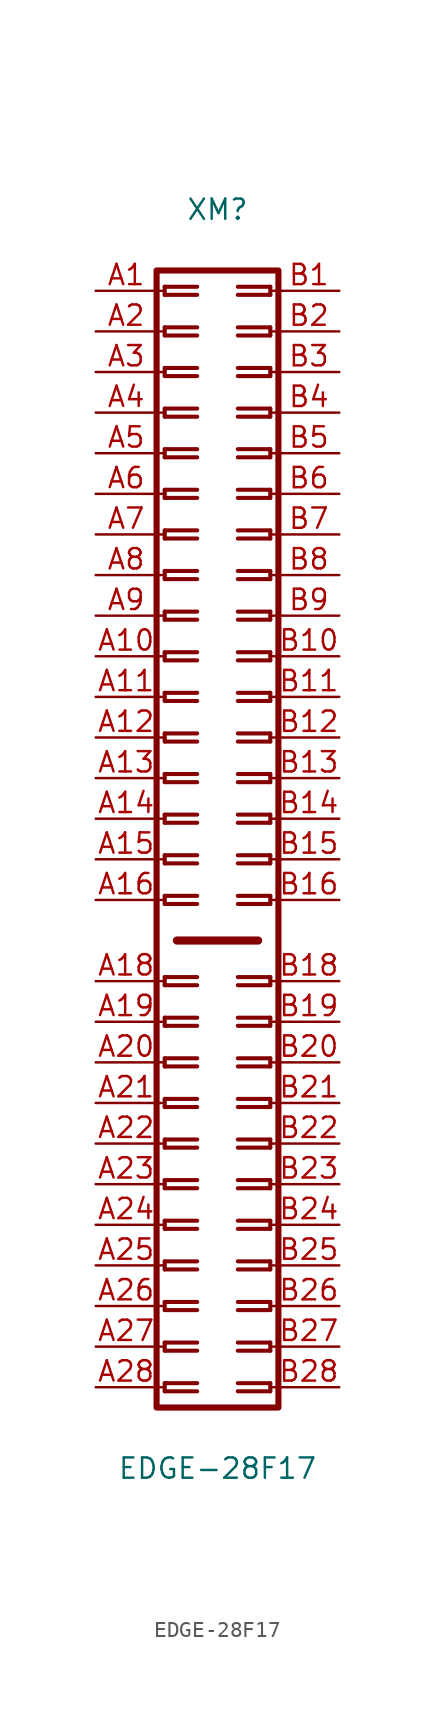
<source format=kicad_sym>
(kicad_symbol_lib
  (version 20231120)
  (generator "kicad_symbol_editor")
  (generator_version "8.0")
  (symbol "EDGE-28F17"
    (pin_names
      (offset 1.016))
    (property "Reference" "XM"
      (at 0 39.37 0)
      (effects (font (size 1.27 1.27))))
    (property "Value" "EDGE-28F17"
      (at 0 -39.37 0)
      (effects (font (size 1.27 1.27))))
    (symbol "EDGE-28F17_0_0"
      (polyline (pts (xy -2.54 -6.35) (xy 2.54 -6.35)) (stroke (width 0.508) (type default)) (fill (type none))))
    (symbol "EDGE-28F17_0_1"
      (rectangle (start -3.81 35.56) (end 3.81 -35.56) (stroke (width 0.381) (type default)) (fill (type none)))
      (polyline (pts (xy -3.81 -34.29) (xy -3.302 -34.29)) (stroke (width 0) (type default)) (fill (type none)))
      (polyline (pts (xy -3.81 -31.75) (xy -3.302 -31.75)) (stroke (width 0) (type default)) (fill (type none)))
      (polyline (pts (xy -3.81 -29.21) (xy -3.302 -29.21)) (stroke (width 0) (type default)) (fill (type none)))
      (polyline (pts (xy -3.81 -26.67) (xy -3.302 -26.67)) (stroke (width 0) (type default)) (fill (type none)))
      (polyline (pts (xy -3.81 -24.13) (xy -3.302 -24.13)) (stroke (width 0) (type default)) (fill (type none)))
      (polyline (pts (xy -3.81 -21.59) (xy -3.302 -21.59)) (stroke (width 0) (type default)) (fill (type none)))
      (polyline (pts (xy -3.81 -19.05) (xy -3.302 -19.05)) (stroke (width 0) (type default)) (fill (type none)))
      (polyline (pts (xy -3.81 -16.51) (xy -3.302 -16.51)) (stroke (width 0) (type default)) (fill (type none)))
      (polyline (pts (xy -3.81 -13.97) (xy -3.302 -13.97)) (stroke (width 0) (type default)) (fill (type none)))
      (polyline (pts (xy -3.81 -11.43) (xy -3.302 -11.43)) (stroke (width 0) (type default)) (fill (type none)))
      (polyline (pts (xy -3.81 -8.89) (xy -3.302 -8.89)) (stroke (width 0) (type default)) (fill (type none)))
      (polyline (pts (xy -3.81 -3.81) (xy -3.302 -3.81)) (stroke (width 0) (type default)) (fill (type none)))
      (polyline (pts (xy -3.81 -1.27) (xy -3.302 -1.27)) (stroke (width 0) (type default)) (fill (type none)))
      (polyline (pts (xy -3.81 1.27) (xy -3.302 1.27)) (stroke (width 0) (type default)) (fill (type none)))
      (polyline (pts (xy -3.81 3.81) (xy -3.302 3.81)) (stroke (width 0) (type default)) (fill (type none)))
      (polyline (pts (xy -3.81 6.35) (xy -3.302 6.35)) (stroke (width 0) (type default)) (fill (type none)))
      (polyline (pts (xy -3.81 8.89) (xy -3.302 8.89)) (stroke (width 0) (type default)) (fill (type none)))
      (polyline (pts (xy -3.81 11.43) (xy -3.302 11.43)) (stroke (width 0) (type default)) (fill (type none)))
      (polyline (pts (xy -3.81 13.97) (xy -3.302 13.97)) (stroke (width 0) (type default)) (fill (type none)))
      (polyline (pts (xy -3.81 16.51) (xy -3.302 16.51)) (stroke (width 0) (type default)) (fill (type none)))
      (polyline (pts (xy -3.81 19.05) (xy -3.302 19.05)) (stroke (width 0) (type default)) (fill (type none)))
      (polyline (pts (xy -3.81 21.59) (xy -3.302 21.59)) (stroke (width 0) (type default)) (fill (type none)))
      (polyline (pts (xy -3.81 24.13) (xy -3.302 24.13)) (stroke (width 0) (type default)) (fill (type none)))
      (polyline (pts (xy -3.81 26.67) (xy -3.302 26.67)) (stroke (width 0) (type default)) (fill (type none)))
      (polyline (pts (xy -3.81 29.21) (xy -3.302 29.21)) (stroke (width 0) (type default)) (fill (type none)))
      (polyline (pts (xy -3.81 31.75) (xy -3.302 31.75)) (stroke (width 0) (type default)) (fill (type none)))
      (polyline (pts (xy -3.81 34.29) (xy -3.302 34.29)) (stroke (width 0) (type default)) (fill (type none)))
      (polyline (pts (xy -3.302 -34.544) (xy -3.302 -34.036)) (stroke (width 0.254) (type default)) (fill (type none)))
      (polyline (pts (xy -3.302 -34.544) (xy -1.27 -34.544)) (stroke (width 0.254) (type default)) (fill (type none)))
      (polyline (pts (xy -3.302 -34.036) (xy -1.27 -34.036)) (stroke (width 0.254) (type default)) (fill (type none)))
      (polyline (pts (xy -3.302 -32.004) (xy -3.302 -31.496)) (stroke (width 0.254) (type default)) (fill (type none)))
      (polyline (pts (xy -3.302 -32.004) (xy -1.27 -32.004)) (stroke (width 0.254) (type default)) (fill (type none)))
      (polyline (pts (xy -3.302 -31.496) (xy -1.27 -31.496)) (stroke (width 0.254) (type default)) (fill (type none)))
      (polyline (pts (xy -3.302 -29.464) (xy -3.302 -28.956)) (stroke (width 0.254) (type default)) (fill (type none)))
      (polyline (pts (xy -3.302 -29.464) (xy -1.27 -29.464)) (stroke (width 0.254) (type default)) (fill (type none)))
      (polyline (pts (xy -3.302 -28.956) (xy -1.27 -28.956)) (stroke (width 0.254) (type default)) (fill (type none)))
      (polyline (pts (xy -3.302 -26.924) (xy -3.302 -26.416)) (stroke (width 0.254) (type default)) (fill (type none)))
      (polyline (pts (xy -3.302 -26.924) (xy -1.27 -26.924)) (stroke (width 0.254) (type default)) (fill (type none)))
      (polyline (pts (xy -3.302 -26.416) (xy -1.27 -26.416)) (stroke (width 0.254) (type default)) (fill (type none)))
      (polyline (pts (xy -3.302 -24.384) (xy -3.302 -23.876)) (stroke (width 0.254) (type default)) (fill (type none)))
      (polyline (pts (xy -3.302 -24.384) (xy -1.27 -24.384)) (stroke (width 0.254) (type default)) (fill (type none)))
      (polyline (pts (xy -3.302 -23.876) (xy -1.27 -23.876)) (stroke (width 0.254) (type default)) (fill (type none)))
      (polyline (pts (xy -3.302 -21.844) (xy -3.302 -21.336)) (stroke (width 0.254) (type default)) (fill (type none)))
      (polyline (pts (xy -3.302 -21.844) (xy -1.27 -21.844)) (stroke (width 0.254) (type default)) (fill (type none)))
      (polyline (pts (xy -3.302 -21.336) (xy -1.27 -21.336)) (stroke (width 0.254) (type default)) (fill (type none)))
      (polyline (pts (xy -3.302 -19.304) (xy -3.302 -18.796)) (stroke (width 0.254) (type default)) (fill (type none)))
      (polyline (pts (xy -3.302 -19.304) (xy -1.27 -19.304)) (stroke (width 0.254) (type default)) (fill (type none)))
      (polyline (pts (xy -3.302 -18.796) (xy -1.27 -18.796)) (stroke (width 0.254) (type default)) (fill (type none)))
      (polyline (pts (xy -3.302 -16.764) (xy -3.302 -16.256)) (stroke (width 0.254) (type default)) (fill (type none)))
      (polyline (pts (xy -3.302 -16.764) (xy -1.27 -16.764)) (stroke (width 0.254) (type default)) (fill (type none)))
      (polyline (pts (xy -3.302 -16.256) (xy -1.27 -16.256)) (stroke (width 0.254) (type default)) (fill (type none)))
      (polyline (pts (xy -3.302 -14.224) (xy -3.302 -13.716)) (stroke (width 0.254) (type default)) (fill (type none)))
      (polyline (pts (xy -3.302 -14.224) (xy -1.27 -14.224)) (stroke (width 0.254) (type default)) (fill (type none)))
      (polyline (pts (xy -3.302 -13.716) (xy -1.27 -13.716)) (stroke (width 0.254) (type default)) (fill (type none)))
      (polyline (pts (xy -3.302 -11.684) (xy -3.302 -11.176)) (stroke (width 0.254) (type default)) (fill (type none)))
      (polyline (pts (xy -3.302 -11.684) (xy -1.27 -11.684)) (stroke (width 0.254) (type default)) (fill (type none)))
      (polyline (pts (xy -3.302 -11.176) (xy -1.27 -11.176)) (stroke (width 0.254) (type default)) (fill (type none)))
      (polyline (pts (xy -3.302 -9.144) (xy -3.302 -8.636)) (stroke (width 0.254) (type default)) (fill (type none)))
      (polyline (pts (xy -3.302 -9.144) (xy -1.27 -9.144)) (stroke (width 0.254) (type default)) (fill (type none)))
      (polyline (pts (xy -3.302 -8.636) (xy -1.27 -8.636)) (stroke (width 0.254) (type default)) (fill (type none)))
      (polyline (pts (xy -3.302 -4.064) (xy -3.302 -3.556)) (stroke (width 0.254) (type default)) (fill (type none)))
      (polyline (pts (xy -3.302 -4.064) (xy -1.27 -4.064)) (stroke (width 0.254) (type default)) (fill (type none)))
      (polyline (pts (xy -3.302 -3.556) (xy -1.27 -3.556)) (stroke (width 0.254) (type default)) (fill (type none)))
      (polyline (pts (xy -3.302 -1.524) (xy -3.302 -1.016)) (stroke (width 0.254) (type default)) (fill (type none)))
      (polyline (pts (xy -3.302 -1.524) (xy -1.27 -1.524)) (stroke (width 0.254) (type default)) (fill (type none)))
      (polyline (pts (xy -3.302 -1.016) (xy -1.27 -1.016)) (stroke (width 0.254) (type default)) (fill (type none)))
      (polyline (pts (xy -3.302 1.016) (xy -3.302 1.524)) (stroke (width 0.254) (type default)) (fill (type none)))
      (polyline (pts (xy -3.302 1.016) (xy -1.27 1.016)) (stroke (width 0.254) (type default)) (fill (type none)))
      (polyline (pts (xy -3.302 1.524) (xy -1.27 1.524)) (stroke (width 0.254) (type default)) (fill (type none)))
      (polyline (pts (xy -3.302 3.556) (xy -3.302 4.064)) (stroke (width 0.254) (type default)) (fill (type none)))
      (polyline (pts (xy -3.302 3.556) (xy -1.27 3.556)) (stroke (width 0.254) (type default)) (fill (type none)))
      (polyline (pts (xy -3.302 4.064) (xy -1.27 4.064)) (stroke (width 0.254) (type default)) (fill (type none)))
      (polyline (pts (xy -3.302 6.096) (xy -3.302 6.604)) (stroke (width 0.254) (type default)) (fill (type none)))
      (polyline (pts (xy -3.302 6.096) (xy -1.27 6.096)) (stroke (width 0.254) (type default)) (fill (type none)))
      (polyline (pts (xy -3.302 6.604) (xy -1.27 6.604)) (stroke (width 0.254) (type default)) (fill (type none)))
      (polyline (pts (xy -3.302 8.636) (xy -3.302 9.144)) (stroke (width 0.254) (type default)) (fill (type none)))
      (polyline (pts (xy -3.302 8.636) (xy -1.27 8.636)) (stroke (width 0.254) (type default)) (fill (type none)))
      (polyline (pts (xy -3.302 9.144) (xy -1.27 9.144)) (stroke (width 0.254) (type default)) (fill (type none)))
      (polyline (pts (xy -3.302 11.176) (xy -3.302 11.684)) (stroke (width 0.254) (type default)) (fill (type none)))
      (polyline (pts (xy -3.302 11.176) (xy -1.27 11.176)) (stroke (width 0.254) (type default)) (fill (type none)))
      (polyline (pts (xy -3.302 11.684) (xy -1.27 11.684)) (stroke (width 0.254) (type default)) (fill (type none)))
      (polyline (pts (xy -3.302 13.716) (xy -3.302 14.224)) (stroke (width 0.254) (type default)) (fill (type none)))
      (polyline (pts (xy -3.302 13.716) (xy -1.27 13.716)) (stroke (width 0.254) (type default)) (fill (type none)))
      (polyline (pts (xy -3.302 14.224) (xy -1.27 14.224)) (stroke (width 0.254) (type default)) (fill (type none)))
      (polyline (pts (xy -3.302 16.256) (xy -3.302 16.764)) (stroke (width 0.254) (type default)) (fill (type none)))
      (polyline (pts (xy -3.302 16.256) (xy -1.27 16.256)) (stroke (width 0.254) (type default)) (fill (type none)))
      (polyline (pts (xy -3.302 16.764) (xy -1.27 16.764)) (stroke (width 0.254) (type default)) (fill (type none)))
      (polyline (pts (xy -3.302 18.796) (xy -3.302 19.304)) (stroke (width 0.254) (type default)) (fill (type none)))
      (polyline (pts (xy -3.302 18.796) (xy -1.27 18.796)) (stroke (width 0.254) (type default)) (fill (type none)))
      (polyline (pts (xy -3.302 19.304) (xy -1.27 19.304)) (stroke (width 0.254) (type default)) (fill (type none)))
      (polyline (pts (xy -3.302 21.336) (xy -3.302 21.844)) (stroke (width 0.254) (type default)) (fill (type none)))
      (polyline (pts (xy -3.302 21.336) (xy -1.27 21.336)) (stroke (width 0.254) (type default)) (fill (type none)))
      (polyline (pts (xy -3.302 21.844) (xy -1.27 21.844)) (stroke (width 0.254) (type default)) (fill (type none)))
      (polyline (pts (xy -3.302 23.876) (xy -3.302 24.384)) (stroke (width 0.254) (type default)) (fill (type none)))
      (polyline (pts (xy -3.302 23.876) (xy -1.27 23.876)) (stroke (width 0.254) (type default)) (fill (type none)))
      (polyline (pts (xy -3.302 24.384) (xy -1.27 24.384)) (stroke (width 0.254) (type default)) (fill (type none)))
      (polyline (pts (xy -3.302 26.416) (xy -3.302 26.924)) (stroke (width 0.254) (type default)) (fill (type none)))
      (polyline (pts (xy -3.302 26.416) (xy -1.27 26.416)) (stroke (width 0.254) (type default)) (fill (type none)))
      (polyline (pts (xy -3.302 26.924) (xy -1.27 26.924)) (stroke (width 0.254) (type default)) (fill (type none)))
      (polyline (pts (xy -3.302 28.956) (xy -3.302 29.464)) (stroke (width 0.254) (type default)) (fill (type none)))
      (polyline (pts (xy -3.302 28.956) (xy -1.27 28.956)) (stroke (width 0.254) (type default)) (fill (type none)))
      (polyline (pts (xy -3.302 29.464) (xy -1.27 29.464)) (stroke (width 0.254) (type default)) (fill (type none)))
      (polyline (pts (xy -3.302 31.496) (xy -3.302 32.004)) (stroke (width 0.254) (type default)) (fill (type none)))
      (polyline (pts (xy -3.302 31.496) (xy -1.27 31.496)) (stroke (width 0.254) (type default)) (fill (type none)))
      (polyline (pts (xy -3.302 32.004) (xy -1.27 32.004)) (stroke (width 0.254) (type default)) (fill (type none)))
      (polyline (pts (xy -3.302 34.036) (xy -3.302 34.544)) (stroke (width 0.254) (type default)) (fill (type none)))
      (polyline (pts (xy -3.302 34.036) (xy -1.27 34.036)) (stroke (width 0.254) (type default)) (fill (type none)))
      (polyline (pts (xy -3.302 34.544) (xy -1.27 34.544)) (stroke (width 0.254) (type default)) (fill (type none)))
      (polyline (pts (xy 3.302 -34.544) (xy 1.27 -34.544)) (stroke (width 0.254) (type default)) (fill (type none)))
      (polyline (pts (xy 3.302 -34.544) (xy 3.302 -34.036)) (stroke (width 0.254) (type default)) (fill (type none)))
      (polyline (pts (xy 3.302 -34.036) (xy 1.27 -34.036)) (stroke (width 0.254) (type default)) (fill (type none)))
      (polyline (pts (xy 3.302 -32.004) (xy 1.27 -32.004)) (stroke (width 0.254) (type default)) (fill (type none)))
      (polyline (pts (xy 3.302 -32.004) (xy 3.302 -31.496)) (stroke (width 0.254) (type default)) (fill (type none)))
      (polyline (pts (xy 3.302 -31.496) (xy 1.27 -31.496)) (stroke (width 0.254) (type default)) (fill (type none)))
      (polyline (pts (xy 3.302 -29.464) (xy 1.27 -29.464)) (stroke (width 0.254) (type default)) (fill (type none)))
      (polyline (pts (xy 3.302 -29.464) (xy 3.302 -28.956)) (stroke (width 0.254) (type default)) (fill (type none)))
      (polyline (pts (xy 3.302 -28.956) (xy 1.27 -28.956)) (stroke (width 0.254) (type default)) (fill (type none)))
      (polyline (pts (xy 3.302 -26.924) (xy 1.27 -26.924)) (stroke (width 0.254) (type default)) (fill (type none)))
      (polyline (pts (xy 3.302 -26.924) (xy 3.302 -26.416)) (stroke (width 0.254) (type default)) (fill (type none)))
      (polyline (pts (xy 3.302 -26.416) (xy 1.27 -26.416)) (stroke (width 0.254) (type default)) (fill (type none)))
      (polyline (pts (xy 3.302 -24.384) (xy 1.27 -24.384)) (stroke (width 0.254) (type default)) (fill (type none)))
      (polyline (pts (xy 3.302 -24.384) (xy 3.302 -23.876)) (stroke (width 0.254) (type default)) (fill (type none)))
      (polyline (pts (xy 3.302 -23.876) (xy 1.27 -23.876)) (stroke (width 0.254) (type default)) (fill (type none)))
      (polyline (pts (xy 3.302 -21.844) (xy 1.27 -21.844)) (stroke (width 0.254) (type default)) (fill (type none)))
      (polyline (pts (xy 3.302 -21.844) (xy 3.302 -21.336)) (stroke (width 0.254) (type default)) (fill (type none)))
      (polyline (pts (xy 3.302 -21.336) (xy 1.27 -21.336)) (stroke (width 0.254) (type default)) (fill (type none)))
      (polyline (pts (xy 3.302 -19.304) (xy 1.27 -19.304)) (stroke (width 0.254) (type default)) (fill (type none)))
      (polyline (pts (xy 3.302 -19.304) (xy 3.302 -18.796)) (stroke (width 0.254) (type default)) (fill (type none)))
      (polyline (pts (xy 3.302 -18.796) (xy 1.27 -18.796)) (stroke (width 0.254) (type default)) (fill (type none)))
      (polyline (pts (xy 3.302 -16.764) (xy 1.27 -16.764)) (stroke (width 0.254) (type default)) (fill (type none)))
      (polyline (pts (xy 3.302 -16.764) (xy 3.302 -16.256)) (stroke (width 0.254) (type default)) (fill (type none)))
      (polyline (pts (xy 3.302 -16.256) (xy 1.27 -16.256)) (stroke (width 0.254) (type default)) (fill (type none)))
      (polyline (pts (xy 3.302 -14.224) (xy 1.27 -14.224)) (stroke (width 0.254) (type default)) (fill (type none)))
      (polyline (pts (xy 3.302 -14.224) (xy 3.302 -13.716)) (stroke (width 0.254) (type default)) (fill (type none)))
      (polyline (pts (xy 3.302 -13.716) (xy 1.27 -13.716)) (stroke (width 0.254) (type default)) (fill (type none)))
      (polyline (pts (xy 3.302 -11.684) (xy 1.27 -11.684)) (stroke (width 0.254) (type default)) (fill (type none)))
      (polyline (pts (xy 3.302 -11.684) (xy 3.302 -11.176)) (stroke (width 0.254) (type default)) (fill (type none)))
      (polyline (pts (xy 3.302 -11.176) (xy 1.27 -11.176)) (stroke (width 0.254) (type default)) (fill (type none)))
      (polyline (pts (xy 3.302 -9.144) (xy 1.27 -9.144)) (stroke (width 0.254) (type default)) (fill (type none)))
      (polyline (pts (xy 3.302 -9.144) (xy 3.302 -8.636)) (stroke (width 0.254) (type default)) (fill (type none)))
      (polyline (pts (xy 3.302 -8.636) (xy 1.27 -8.636)) (stroke (width 0.254) (type default)) (fill (type none)))
      (polyline (pts (xy 3.302 -4.064) (xy 1.27 -4.064)) (stroke (width 0.254) (type default)) (fill (type none)))
      (polyline (pts (xy 3.302 -4.064) (xy 3.302 -3.556)) (stroke (width 0.254) (type default)) (fill (type none)))
      (polyline (pts (xy 3.302 -3.556) (xy 1.27 -3.556)) (stroke (width 0.254) (type default)) (fill (type none)))
      (polyline (pts (xy 3.302 -1.524) (xy 1.27 -1.524)) (stroke (width 0.254) (type default)) (fill (type none)))
      (polyline (pts (xy 3.302 -1.524) (xy 3.302 -1.016)) (stroke (width 0.254) (type default)) (fill (type none)))
      (polyline (pts (xy 3.302 -1.016) (xy 1.27 -1.016)) (stroke (width 0.254) (type default)) (fill (type none)))
      (polyline (pts (xy 3.302 1.016) (xy 1.27 1.016)) (stroke (width 0.254) (type default)) (fill (type none)))
      (polyline (pts (xy 3.302 1.016) (xy 3.302 1.524)) (stroke (width 0.254) (type default)) (fill (type none)))
      (polyline (pts (xy 3.302 1.524) (xy 1.27 1.524)) (stroke (width 0.254) (type default)) (fill (type none)))
      (polyline (pts (xy 3.302 3.556) (xy 1.27 3.556)) (stroke (width 0.254) (type default)) (fill (type none)))
      (polyline (pts (xy 3.302 3.556) (xy 3.302 4.064)) (stroke (width 0.254) (type default)) (fill (type none)))
      (polyline (pts (xy 3.302 4.064) (xy 1.27 4.064)) (stroke (width 0.254) (type default)) (fill (type none)))
      (polyline (pts (xy 3.302 6.096) (xy 1.27 6.096)) (stroke (width 0.254) (type default)) (fill (type none)))
      (polyline (pts (xy 3.302 6.096) (xy 3.302 6.604)) (stroke (width 0.254) (type default)) (fill (type none)))
      (polyline (pts (xy 3.302 6.604) (xy 1.27 6.604)) (stroke (width 0.254) (type default)) (fill (type none)))
      (polyline (pts (xy 3.302 8.636) (xy 1.27 8.636)) (stroke (width 0.254) (type default)) (fill (type none)))
      (polyline (pts (xy 3.302 8.636) (xy 3.302 9.144)) (stroke (width 0.254) (type default)) (fill (type none)))
      (polyline (pts (xy 3.302 9.144) (xy 1.27 9.144)) (stroke (width 0.254) (type default)) (fill (type none)))
      (polyline (pts (xy 3.302 11.176) (xy 1.27 11.176)) (stroke (width 0.254) (type default)) (fill (type none)))
      (polyline (pts (xy 3.302 11.176) (xy 3.302 11.684)) (stroke (width 0.254) (type default)) (fill (type none)))
      (polyline (pts (xy 3.302 11.684) (xy 1.27 11.684)) (stroke (width 0.254) (type default)) (fill (type none)))
      (polyline (pts (xy 3.302 13.716) (xy 1.27 13.716)) (stroke (width 0.254) (type default)) (fill (type none)))
      (polyline (pts (xy 3.302 13.716) (xy 3.302 14.224)) (stroke (width 0.254) (type default)) (fill (type none)))
      (polyline (pts (xy 3.302 14.224) (xy 1.27 14.224)) (stroke (width 0.254) (type default)) (fill (type none)))
      (polyline (pts (xy 3.302 16.256) (xy 1.27 16.256)) (stroke (width 0.254) (type default)) (fill (type none)))
      (polyline (pts (xy 3.302 16.256) (xy 3.302 16.764)) (stroke (width 0.254) (type default)) (fill (type none)))
      (polyline (pts (xy 3.302 16.764) (xy 1.27 16.764)) (stroke (width 0.254) (type default)) (fill (type none)))
      (polyline (pts (xy 3.302 18.796) (xy 1.27 18.796)) (stroke (width 0.254) (type default)) (fill (type none)))
      (polyline (pts (xy 3.302 18.796) (xy 3.302 19.304)) (stroke (width 0.254) (type default)) (fill (type none)))
      (polyline (pts (xy 3.302 19.304) (xy 1.27 19.304)) (stroke (width 0.254) (type default)) (fill (type none)))
      (polyline (pts (xy 3.302 21.336) (xy 1.27 21.336)) (stroke (width 0.254) (type default)) (fill (type none)))
      (polyline (pts (xy 3.302 21.336) (xy 3.302 21.844)) (stroke (width 0.254) (type default)) (fill (type none)))
      (polyline (pts (xy 3.302 21.844) (xy 1.27 21.844)) (stroke (width 0.254) (type default)) (fill (type none)))
      (polyline (pts (xy 3.302 23.876) (xy 1.27 23.876)) (stroke (width 0.254) (type default)) (fill (type none)))
      (polyline (pts (xy 3.302 23.876) (xy 3.302 24.384)) (stroke (width 0.254) (type default)) (fill (type none)))
      (polyline (pts (xy 3.302 24.384) (xy 1.27 24.384)) (stroke (width 0.254) (type default)) (fill (type none)))
      (polyline (pts (xy 3.302 26.416) (xy 1.27 26.416)) (stroke (width 0.254) (type default)) (fill (type none)))
      (polyline (pts (xy 3.302 26.416) (xy 3.302 26.924)) (stroke (width 0.254) (type default)) (fill (type none)))
      (polyline (pts (xy 3.302 26.924) (xy 1.27 26.924)) (stroke (width 0.254) (type default)) (fill (type none)))
      (polyline (pts (xy 3.302 28.956) (xy 1.27 28.956)) (stroke (width 0.254) (type default)) (fill (type none)))
      (polyline (pts (xy 3.302 28.956) (xy 3.302 29.464)) (stroke (width 0.254) (type default)) (fill (type none)))
      (polyline (pts (xy 3.302 29.464) (xy 1.27 29.464)) (stroke (width 0.254) (type default)) (fill (type none)))
      (polyline (pts (xy 3.302 31.496) (xy 1.27 31.496)) (stroke (width 0.254) (type default)) (fill (type none)))
      (polyline (pts (xy 3.302 31.496) (xy 3.302 32.004)) (stroke (width 0.254) (type default)) (fill (type none)))
      (polyline (pts (xy 3.302 32.004) (xy 1.27 32.004)) (stroke (width 0.254) (type default)) (fill (type none)))
      (polyline (pts (xy 3.302 34.036) (xy 1.27 34.036)) (stroke (width 0.254) (type default)) (fill (type none)))
      (polyline (pts (xy 3.302 34.036) (xy 3.302 34.544)) (stroke (width 0.254) (type default)) (fill (type none)))
      (polyline (pts (xy 3.302 34.544) (xy 1.27 34.544)) (stroke (width 0.254) (type default)) (fill (type none)))
      (polyline (pts (xy 3.81 -34.29) (xy 3.302 -34.29)) (stroke (width 0) (type default)) (fill (type none)))
      (polyline (pts (xy 3.81 -31.75) (xy 3.302 -31.75)) (stroke (width 0) (type default)) (fill (type none)))
      (polyline (pts (xy 3.81 -29.21) (xy 3.302 -29.21)) (stroke (width 0) (type default)) (fill (type none)))
      (polyline (pts (xy 3.81 -26.67) (xy 3.302 -26.67)) (stroke (width 0) (type default)) (fill (type none)))
      (polyline (pts (xy 3.81 -24.13) (xy 3.302 -24.13)) (stroke (width 0) (type default)) (fill (type none)))
      (polyline (pts (xy 3.81 -21.59) (xy 3.302 -21.59)) (stroke (width 0) (type default)) (fill (type none)))
      (polyline (pts (xy 3.81 -19.05) (xy 3.302 -19.05)) (stroke (width 0) (type default)) (fill (type none)))
      (polyline (pts (xy 3.81 -16.51) (xy 3.302 -16.51)) (stroke (width 0) (type default)) (fill (type none)))
      (polyline (pts (xy 3.81 -13.97) (xy 3.302 -13.97)) (stroke (width 0) (type default)) (fill (type none)))
      (polyline (pts (xy 3.81 -11.43) (xy 3.302 -11.43)) (stroke (width 0) (type default)) (fill (type none)))
      (polyline (pts (xy 3.81 -8.89) (xy 3.302 -8.89)) (stroke (width 0) (type default)) (fill (type none)))
      (polyline (pts (xy 3.81 -3.81) (xy 3.302 -3.81)) (stroke (width 0) (type default)) (fill (type none)))
      (polyline (pts (xy 3.81 -1.27) (xy 3.302 -1.27)) (stroke (width 0) (type default)) (fill (type none)))
      (polyline (pts (xy 3.81 1.27) (xy 3.302 1.27)) (stroke (width 0) (type default)) (fill (type none)))
      (polyline (pts (xy 3.81 3.81) (xy 3.302 3.81)) (stroke (width 0) (type default)) (fill (type none)))
      (polyline (pts (xy 3.81 6.35) (xy 3.302 6.35)) (stroke (width 0) (type default)) (fill (type none)))
      (polyline (pts (xy 3.81 8.89) (xy 3.302 8.89)) (stroke (width 0) (type default)) (fill (type none)))
      (polyline (pts (xy 3.81 11.43) (xy 3.302 11.43)) (stroke (width 0) (type default)) (fill (type none)))
      (polyline (pts (xy 3.81 13.97) (xy 3.302 13.97)) (stroke (width 0) (type default)) (fill (type none)))
      (polyline (pts (xy 3.81 16.51) (xy 3.302 16.51)) (stroke (width 0) (type default)) (fill (type none)))
      (polyline (pts (xy 3.81 19.05) (xy 3.302 19.05)) (stroke (width 0) (type default)) (fill (type none)))
      (polyline (pts (xy 3.81 21.59) (xy 3.302 21.59)) (stroke (width 0) (type default)) (fill (type none)))
      (polyline (pts (xy 3.81 24.13) (xy 3.302 24.13)) (stroke (width 0) (type default)) (fill (type none)))
      (polyline (pts (xy 3.81 26.67) (xy 3.302 26.67)) (stroke (width 0) (type default)) (fill (type none)))
      (polyline (pts (xy 3.81 29.21) (xy 3.302 29.21)) (stroke (width 0) (type default)) (fill (type none)))
      (polyline (pts (xy 3.81 31.75) (xy 3.302 31.75)) (stroke (width 0) (type default)) (fill (type none)))
      (polyline (pts (xy 3.81 34.29) (xy 3.302 34.29)) (stroke (width 0) (type default)) (fill (type none))))
    (symbol "EDGE-28F17_1_1"
      (pin passive line (at -7.62 34.29 0) (length 3.81) (name "~" (effects (font (size 1.27 1.27)))) (number "A1" (effects (font (size 1.27 1.27)))))
      (pin passive line (at -7.62 11.43 0) (length 3.81) (name "~" (effects (font (size 1.27 1.27)))) (number "A10" (effects (font (size 1.27 1.27)))))
      (pin passive line (at -7.62 8.89 0) (length 3.81) (name "~" (effects (font (size 1.27 1.27)))) (number "A11" (effects (font (size 1.27 1.27)))))
      (pin passive line (at -7.62 6.35 0) (length 3.81) (name "~" (effects (font (size 1.27 1.27)))) (number "A12" (effects (font (size 1.27 1.27)))))
      (pin passive line (at -7.62 3.81 0) (length 3.81) (name "~" (effects (font (size 1.27 1.27)))) (number "A13" (effects (font (size 1.27 1.27)))))
      (pin passive line (at -7.62 1.27 0) (length 3.81) (name "~" (effects (font (size 1.27 1.27)))) (number "A14" (effects (font (size 1.27 1.27)))))
      (pin passive line (at -7.62 -1.27 0) (length 3.81) (name "~" (effects (font (size 1.27 1.27)))) (number "A15" (effects (font (size 1.27 1.27)))))
      (pin passive line (at -7.62 -3.81 0) (length 3.81) (name "~" (effects (font (size 1.27 1.27)))) (number "A16" (effects (font (size 1.27 1.27)))))
      (pin passive line (at -7.62 -8.89 0) (length 3.81) (name "~" (effects (font (size 1.27 1.27)))) (number "A18" (effects (font (size 1.27 1.27)))))
      (pin passive line (at -7.62 -11.43 0) (length 3.81) (name "~" (effects (font (size 1.27 1.27)))) (number "A19" (effects (font (size 1.27 1.27)))))
      (pin passive line (at -7.62 31.75 0) (length 3.81) (name "~" (effects (font (size 1.27 1.27)))) (number "A2" (effects (font (size 1.27 1.27)))))
      (pin passive line (at -7.62 -13.97 0) (length 3.81) (name "~" (effects (font (size 1.27 1.27)))) (number "A20" (effects (font (size 1.27 1.27)))))
      (pin passive line (at -7.62 -16.51 0) (length 3.81) (name "~" (effects (font (size 1.27 1.27)))) (number "A21" (effects (font (size 1.27 1.27)))))
      (pin passive line (at -7.62 -19.05 0) (length 3.81) (name "~" (effects (font (size 1.27 1.27)))) (number "A22" (effects (font (size 1.27 1.27)))))
      (pin passive line (at -7.62 -21.59 0) (length 3.81) (name "~" (effects (font (size 1.27 1.27)))) (number "A23" (effects (font (size 1.27 1.27)))))
      (pin passive line (at -7.62 -24.13 0) (length 3.81) (name "~" (effects (font (size 1.27 1.27)))) (number "A24" (effects (font (size 1.27 1.27)))))
      (pin passive line (at -7.62 -26.67 0) (length 3.81) (name "~" (effects (font (size 1.27 1.27)))) (number "A25" (effects (font (size 1.27 1.27)))))
      (pin passive line (at -7.62 -29.21 0) (length 3.81) (name "~" (effects (font (size 1.27 1.27)))) (number "A26" (effects (font (size 1.27 1.27)))))
      (pin passive line (at -7.62 -31.75 0) (length 3.81) (name "~" (effects (font (size 1.27 1.27)))) (number "A27" (effects (font (size 1.27 1.27)))))
      (pin passive line (at -7.62 -34.29 0) (length 3.81) (name "~" (effects (font (size 1.27 1.27)))) (number "A28" (effects (font (size 1.27 1.27)))))
      (pin passive line (at -7.62 29.21 0) (length 3.81) (name "~" (effects (font (size 1.27 1.27)))) (number "A3" (effects (font (size 1.27 1.27)))))
      (pin passive line (at -7.62 26.67 0) (length 3.81) (name "~" (effects (font (size 1.27 1.27)))) (number "A4" (effects (font (size 1.27 1.27)))))
      (pin passive line (at -7.62 24.13 0) (length 3.81) (name "~" (effects (font (size 1.27 1.27)))) (number "A5" (effects (font (size 1.27 1.27)))))
      (pin passive line (at -7.62 21.59 0) (length 3.81) (name "~" (effects (font (size 1.27 1.27)))) (number "A6" (effects (font (size 1.27 1.27)))))
      (pin passive line (at -7.62 19.05 0) (length 3.81) (name "~" (effects (font (size 1.27 1.27)))) (number "A7" (effects (font (size 1.27 1.27)))))
      (pin passive line (at -7.62 16.51 0) (length 3.81) (name "~" (effects (font (size 1.27 1.27)))) (number "A8" (effects (font (size 1.27 1.27)))))
      (pin passive line (at -7.62 13.97 0) (length 3.81) (name "~" (effects (font (size 1.27 1.27)))) (number "A9" (effects (font (size 1.27 1.27)))))
      (pin passive line (at 7.62 34.29 180) (length 3.81) (name "~" (effects (font (size 1.27 1.27)))) (number "B1" (effects (font (size 1.27 1.27)))))
      (pin passive line (at 7.62 11.43 180) (length 3.81) (name "~" (effects (font (size 1.27 1.27)))) (number "B10" (effects (font (size 1.27 1.27)))))
      (pin passive line (at 7.62 8.89 180) (length 3.81) (name "~" (effects (font (size 1.27 1.27)))) (number "B11" (effects (font (size 1.27 1.27)))))
      (pin passive line (at 7.62 6.35 180) (length 3.81) (name "~" (effects (font (size 1.27 1.27)))) (number "B12" (effects (font (size 1.27 1.27)))))
      (pin passive line (at 7.62 3.81 180) (length 3.81) (name "~" (effects (font (size 1.27 1.27)))) (number "B13" (effects (font (size 1.27 1.27)))))
      (pin passive line (at 7.62 1.27 180) (length 3.81) (name "~" (effects (font (size 1.27 1.27)))) (number "B14" (effects (font (size 1.27 1.27)))))
      (pin passive line (at 7.62 -1.27 180) (length 3.81) (name "~" (effects (font (size 1.27 1.27)))) (number "B15" (effects (font (size 1.27 1.27)))))
      (pin passive line (at 7.62 -3.81 180) (length 3.81) (name "~" (effects (font (size 1.27 1.27)))) (number "B16" (effects (font (size 1.27 1.27)))))
      (pin passive line (at 7.62 -8.89 180) (length 3.81) (name "~" (effects (font (size 1.27 1.27)))) (number "B18" (effects (font (size 1.27 1.27)))))
      (pin passive line (at 7.62 -11.43 180) (length 3.81) (name "~" (effects (font (size 1.27 1.27)))) (number "B19" (effects (font (size 1.27 1.27)))))
      (pin passive line (at 7.62 31.75 180) (length 3.81) (name "~" (effects (font (size 1.27 1.27)))) (number "B2" (effects (font (size 1.27 1.27)))))
      (pin passive line (at 7.62 -13.97 180) (length 3.81) (name "~" (effects (font (size 1.27 1.27)))) (number "B20" (effects (font (size 1.27 1.27)))))
      (pin passive line (at 7.62 -16.51 180) (length 3.81) (name "~" (effects (font (size 1.27 1.27)))) (number "B21" (effects (font (size 1.27 1.27)))))
      (pin passive line (at 7.62 -19.05 180) (length 3.81) (name "~" (effects (font (size 1.27 1.27)))) (number "B22" (effects (font (size 1.27 1.27)))))
      (pin passive line (at 7.62 -21.59 180) (length 3.81) (name "~" (effects (font (size 1.27 1.27)))) (number "B23" (effects (font (size 1.27 1.27)))))
      (pin passive line (at 7.62 -24.13 180) (length 3.81) (name "~" (effects (font (size 1.27 1.27)))) (number "B24" (effects (font (size 1.27 1.27)))))
      (pin passive line (at 7.62 -26.67 180) (length 3.81) (name "~" (effects (font (size 1.27 1.27)))) (number "B25" (effects (font (size 1.27 1.27)))))
      (pin passive line (at 7.62 -29.21 180) (length 3.81) (name "~" (effects (font (size 1.27 1.27)))) (number "B26" (effects (font (size 1.27 1.27)))))
      (pin passive line (at 7.62 -31.75 180) (length 3.81) (name "~" (effects (font (size 1.27 1.27)))) (number "B27" (effects (font (size 1.27 1.27)))))
      (pin passive line (at 7.62 -34.29 180) (length 3.81) (name "~" (effects (font (size 1.27 1.27)))) (number "B28" (effects (font (size 1.27 1.27)))))
      (pin passive line (at 7.62 29.21 180) (length 3.81) (name "~" (effects (font (size 1.27 1.27)))) (number "B3" (effects (font (size 1.27 1.27)))))
      (pin passive line (at 7.62 26.67 180) (length 3.81) (name "~" (effects (font (size 1.27 1.27)))) (number "B4" (effects (font (size 1.27 1.27)))))
      (pin passive line (at 7.62 24.13 180) (length 3.81) (name "~" (effects (font (size 1.27 1.27)))) (number "B5" (effects (font (size 1.27 1.27)))))
      (pin passive line (at 7.62 21.59 180) (length 3.81) (name "~" (effects (font (size 1.27 1.27)))) (number "B6" (effects (font (size 1.27 1.27)))))
      (pin passive line (at 7.62 19.05 180) (length 3.81) (name "~" (effects (font (size 1.27 1.27)))) (number "B7" (effects (font (size 1.27 1.27)))))
      (pin passive line (at 7.62 16.51 180) (length 3.81) (name "~" (effects (font (size 1.27 1.27)))) (number "B8" (effects (font (size 1.27 1.27)))))
      (pin passive line (at 7.62 13.97 180) (length 3.81) (name "~" (effects (font (size 1.27 1.27)))) (number "B9" (effects (font (size 1.27 1.27))))))))
</source>
